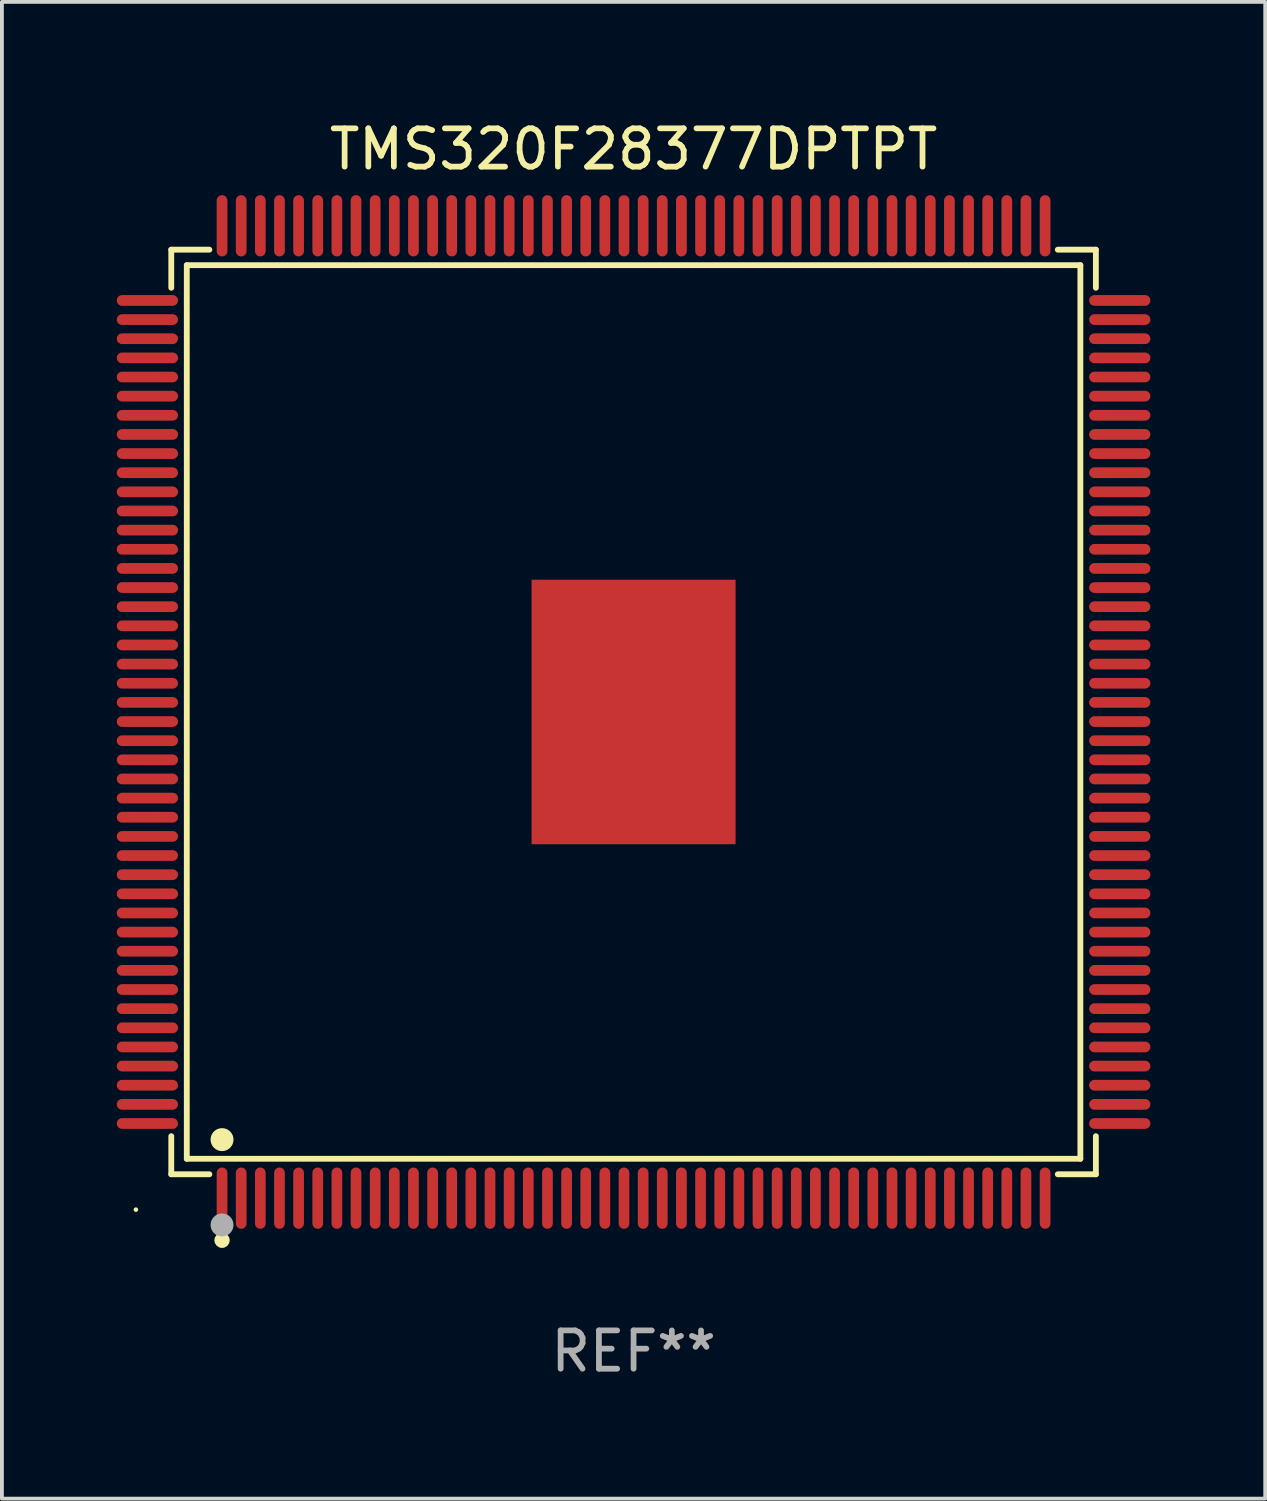
<source format=kicad_pcb>
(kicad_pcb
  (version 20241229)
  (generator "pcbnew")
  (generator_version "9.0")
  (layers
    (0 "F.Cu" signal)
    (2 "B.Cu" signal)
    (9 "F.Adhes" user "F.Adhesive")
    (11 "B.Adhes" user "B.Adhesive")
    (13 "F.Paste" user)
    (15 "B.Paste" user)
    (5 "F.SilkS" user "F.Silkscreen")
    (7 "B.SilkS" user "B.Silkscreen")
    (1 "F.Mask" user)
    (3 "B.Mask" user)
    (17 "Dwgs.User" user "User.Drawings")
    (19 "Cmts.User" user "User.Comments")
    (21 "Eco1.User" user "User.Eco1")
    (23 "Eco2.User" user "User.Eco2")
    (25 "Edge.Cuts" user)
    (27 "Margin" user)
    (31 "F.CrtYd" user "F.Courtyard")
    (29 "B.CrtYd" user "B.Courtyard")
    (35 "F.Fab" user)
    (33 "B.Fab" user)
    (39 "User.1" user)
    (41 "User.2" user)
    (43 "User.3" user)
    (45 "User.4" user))
  (footprint "TMS320F28377DPTPT"
    (layer "F.Cu")
    (at 13.5 15.548)
    (property "Reference" "TMS320F28377DPTPT" (at 0 -14.7 0) (layer "F.SilkS") (effects (font (size 1 1) (thickness 0.15))))
    (attr through_hole)
    (fp_line (start -12.076 -12.076) (end -11.081 -12.076) (stroke (width 0.152) (type solid)) (layer "F.SilkS"))
    (fp_line (start -12.076 -11.081) (end -12.076 -12.076) (stroke (width 0.152) (type solid)) (layer "F.SilkS"))
    (fp_line (start -12.076 11.081) (end -12.076 12.076) (stroke (width 0.152) (type solid)) (layer "F.SilkS"))
    (fp_line (start -12.076 12.076) (end -11.081 12.076) (stroke (width 0.152) (type solid)) (layer "F.SilkS"))
    (fp_line (start -11.671 -11.671) (end 11.671 -11.671) (stroke (width 0.152) (type solid)) (layer "F.SilkS"))
    (fp_line (start -11.671 11.671) (end -11.671 -11.671) (stroke (width 0.152) (type solid)) (layer "F.SilkS"))
    (fp_line (start 11.671 -11.671) (end 11.671 11.671) (stroke (width 0.152) (type solid)) (layer "F.SilkS"))
    (fp_line (start 11.671 11.671) (end -11.671 11.671) (stroke (width 0.152) (type solid)) (layer "F.SilkS"))
    (fp_line (start 12.076 -12.076) (end 11.081 -12.076) (stroke (width 0.152) (type solid)) (layer "F.SilkS"))
    (fp_line (start 12.076 -11.081) (end 12.076 -12.076) (stroke (width 0.152) (type solid)) (layer "F.SilkS"))
    (fp_line (start 12.076 11.081) (end 12.076 12.076) (stroke (width 0.152) (type solid)) (layer "F.SilkS"))
    (fp_line (start 12.076 12.076) (end 11.081 12.076) (stroke (width 0.152) (type solid)) (layer "F.SilkS"))
    (fp_circle (center -13 13) (end -12.97 13) (stroke (width 0.06) (type solid)) (fill no) (layer "F.SilkS"))
    (fp_circle (center -10.75 11.171) (end -10.6 11.171) (stroke (width 0.3) (type solid)) (fill no) (layer "F.SilkS"))
    (fp_circle (center -10.75 13.8) (end -10.65 13.8) (stroke (width 0.2) (type solid)) (fill no) (layer "F.SilkS"))
    (fp_circle (center -10.75 13.4) (end -10.6 13.4) (stroke (width 0.3) (type solid)) (fill no) (layer "F.Fab"))
    (fp_text user "REF**" (at 0 16.7 0) (layer "F.Fab") (effects (font (size 1 1) (thickness 0.15))))
    (pad "1" smd oval (at -10.75 12.7) (size 0.28 1.6) (layers "F.Cu" "F.Mask" "F.Paste"))
    (pad "2" smd oval (at -10.25 12.7) (size 0.28 1.6) (layers "F.Cu" "F.Mask" "F.Paste"))
    (pad "3" smd oval (at -9.75 12.7) (size 0.28 1.6) (layers "F.Cu" "F.Mask" "F.Paste"))
    (pad "4" smd oval (at -9.25 12.7) (size 0.28 1.6) (layers "F.Cu" "F.Mask" "F.Paste"))
    (pad "5" smd oval (at -8.75 12.7) (size 0.28 1.6) (layers "F.Cu" "F.Mask" "F.Paste"))
    (pad "6" smd oval (at -8.25 12.7) (size 0.28 1.6) (layers "F.Cu" "F.Mask" "F.Paste"))
    (pad "7" smd oval (at -7.75 12.7) (size 0.28 1.6) (layers "F.Cu" "F.Mask" "F.Paste"))
    (pad "8" smd oval (at -7.25 12.7) (size 0.28 1.6) (layers "F.Cu" "F.Mask" "F.Paste"))
    (pad "9" smd oval (at -6.75 12.7) (size 0.28 1.6) (layers "F.Cu" "F.Mask" "F.Paste"))
    (pad "10" smd oval (at -6.25 12.7) (size 0.28 1.6) (layers "F.Cu" "F.Mask" "F.Paste"))
    (pad "11" smd oval (at -5.75 12.7) (size 0.28 1.6) (layers "F.Cu" "F.Mask" "F.Paste"))
    (pad "12" smd oval (at -5.25 12.7) (size 0.28 1.6) (layers "F.Cu" "F.Mask" "F.Paste"))
    (pad "13" smd oval (at -4.75 12.7) (size 0.28 1.6) (layers "F.Cu" "F.Mask" "F.Paste"))
    (pad "14" smd oval (at -4.25 12.7) (size 0.28 1.6) (layers "F.Cu" "F.Mask" "F.Paste"))
    (pad "15" smd oval (at -3.75 12.7) (size 0.28 1.6) (layers "F.Cu" "F.Mask" "F.Paste"))
    (pad "16" smd oval (at -3.25 12.7) (size 0.28 1.6) (layers "F.Cu" "F.Mask" "F.Paste"))
    (pad "17" smd oval (at -2.75 12.7) (size 0.28 1.6) (layers "F.Cu" "F.Mask" "F.Paste"))
    (pad "18" smd oval (at -2.25 12.7) (size 0.28 1.6) (layers "F.Cu" "F.Mask" "F.Paste"))
    (pad "19" smd oval (at -1.75 12.7) (size 0.28 1.6) (layers "F.Cu" "F.Mask" "F.Paste"))
    (pad "20" smd oval (at -1.25 12.7) (size 0.28 1.6) (layers "F.Cu" "F.Mask" "F.Paste"))
    (pad "21" smd oval (at -0.75 12.7) (size 0.28 1.6) (layers "F.Cu" "F.Mask" "F.Paste"))
    (pad "22" smd oval (at -0.25 12.7) (size 0.28 1.6) (layers "F.Cu" "F.Mask" "F.Paste"))
    (pad "23" smd oval (at 0.25 12.7) (size 0.28 1.6) (layers "F.Cu" "F.Mask" "F.Paste"))
    (pad "24" smd oval (at 0.75 12.7) (size 0.28 1.6) (layers "F.Cu" "F.Mask" "F.Paste"))
    (pad "25" smd oval (at 1.25 12.7) (size 0.28 1.6) (layers "F.Cu" "F.Mask" "F.Paste"))
    (pad "26" smd oval (at 1.75 12.7) (size 0.28 1.6) (layers "F.Cu" "F.Mask" "F.Paste"))
    (pad "27" smd oval (at 2.25 12.7) (size 0.28 1.6) (layers "F.Cu" "F.Mask" "F.Paste"))
    (pad "28" smd oval (at 2.75 12.7) (size 0.28 1.6) (layers "F.Cu" "F.Mask" "F.Paste"))
    (pad "29" smd oval (at 3.25 12.7) (size 0.28 1.6) (layers "F.Cu" "F.Mask" "F.Paste"))
    (pad "30" smd oval (at 3.75 12.7) (size 0.28 1.6) (layers "F.Cu" "F.Mask" "F.Paste"))
    (pad "31" smd oval (at 4.25 12.7) (size 0.28 1.6) (layers "F.Cu" "F.Mask" "F.Paste"))
    (pad "32" smd oval (at 4.75 12.7) (size 0.28 1.6) (layers "F.Cu" "F.Mask" "F.Paste"))
    (pad "33" smd oval (at 5.25 12.7) (size 0.28 1.6) (layers "F.Cu" "F.Mask" "F.Paste"))
    (pad "34" smd oval (at 5.75 12.7) (size 0.28 1.6) (layers "F.Cu" "F.Mask" "F.Paste"))
    (pad "35" smd oval (at 6.25 12.7) (size 0.28 1.6) (layers "F.Cu" "F.Mask" "F.Paste"))
    (pad "36" smd oval (at 6.75 12.7) (size 0.28 1.6) (layers "F.Cu" "F.Mask" "F.Paste"))
    (pad "37" smd oval (at 7.25 12.7) (size 0.28 1.6) (layers "F.Cu" "F.Mask" "F.Paste"))
    (pad "38" smd oval (at 7.75 12.7) (size 0.28 1.6) (layers "F.Cu" "F.Mask" "F.Paste"))
    (pad "39" smd oval (at 8.25 12.7) (size 0.28 1.6) (layers "F.Cu" "F.Mask" "F.Paste"))
    (pad "40" smd oval (at 8.75 12.7) (size 0.28 1.6) (layers "F.Cu" "F.Mask" "F.Paste"))
    (pad "41" smd oval (at 9.25 12.7) (size 0.28 1.6) (layers "F.Cu" "F.Mask" "F.Paste"))
    (pad "42" smd oval (at 9.75 12.7) (size 0.28 1.6) (layers "F.Cu" "F.Mask" "F.Paste"))
    (pad "43" smd oval (at 10.25 12.7) (size 0.28 1.6) (layers "F.Cu" "F.Mask" "F.Paste"))
    (pad "44" smd oval (at 10.75 12.7) (size 0.28 1.6) (layers "F.Cu" "F.Mask" "F.Paste"))
    (pad "45" smd oval (at 12.7 10.75) (size 1.6 0.28) (layers "F.Cu" "F.Mask" "F.Paste"))
    (pad "46" smd oval (at 12.7 10.25) (size 1.6 0.28) (layers "F.Cu" "F.Mask" "F.Paste"))
    (pad "47" smd oval (at 12.7 9.75) (size 1.6 0.28) (layers "F.Cu" "F.Mask" "F.Paste"))
    (pad "48" smd oval (at 12.7 9.25) (size 1.6 0.28) (layers "F.Cu" "F.Mask" "F.Paste"))
    (pad "49" smd oval (at 12.7 8.75) (size 1.6 0.28) (layers "F.Cu" "F.Mask" "F.Paste"))
    (pad "50" smd oval (at 12.7 8.25) (size 1.6 0.28) (layers "F.Cu" "F.Mask" "F.Paste"))
    (pad "51" smd oval (at 12.7 7.75) (size 1.6 0.28) (layers "F.Cu" "F.Mask" "F.Paste"))
    (pad "52" smd oval (at 12.7 7.25) (size 1.6 0.28) (layers "F.Cu" "F.Mask" "F.Paste"))
    (pad "53" smd oval (at 12.7 6.75) (size 1.6 0.28) (layers "F.Cu" "F.Mask" "F.Paste"))
    (pad "54" smd oval (at 12.7 6.25) (size 1.6 0.28) (layers "F.Cu" "F.Mask" "F.Paste"))
    (pad "55" smd oval (at 12.7 5.75) (size 1.6 0.28) (layers "F.Cu" "F.Mask" "F.Paste"))
    (pad "56" smd oval (at 12.7 5.25) (size 1.6 0.28) (layers "F.Cu" "F.Mask" "F.Paste"))
    (pad "57" smd oval (at 12.7 4.75) (size 1.6 0.28) (layers "F.Cu" "F.Mask" "F.Paste"))
    (pad "58" smd oval (at 12.7 4.25) (size 1.6 0.28) (layers "F.Cu" "F.Mask" "F.Paste"))
    (pad "59" smd oval (at 12.7 3.75) (size 1.6 0.28) (layers "F.Cu" "F.Mask" "F.Paste"))
    (pad "60" smd oval (at 12.7 3.25) (size 1.6 0.28) (layers "F.Cu" "F.Mask" "F.Paste"))
    (pad "61" smd oval (at 12.7 2.75) (size 1.6 0.28) (layers "F.Cu" "F.Mask" "F.Paste"))
    (pad "62" smd oval (at 12.7 2.25) (size 1.6 0.28) (layers "F.Cu" "F.Mask" "F.Paste"))
    (pad "63" smd oval (at 12.7 1.75) (size 1.6 0.28) (layers "F.Cu" "F.Mask" "F.Paste"))
    (pad "64" smd oval (at 12.7 1.25) (size 1.6 0.28) (layers "F.Cu" "F.Mask" "F.Paste"))
    (pad "65" smd oval (at 12.7 0.75) (size 1.6 0.28) (layers "F.Cu" "F.Mask" "F.Paste"))
    (pad "66" smd oval (at 12.7 0.25) (size 1.6 0.28) (layers "F.Cu" "F.Mask" "F.Paste"))
    (pad "67" smd oval (at 12.7 -0.25) (size 1.6 0.28) (layers "F.Cu" "F.Mask" "F.Paste"))
    (pad "68" smd oval (at 12.7 -0.75) (size 1.6 0.28) (layers "F.Cu" "F.Mask" "F.Paste"))
    (pad "69" smd oval (at 12.7 -1.25) (size 1.6 0.28) (layers "F.Cu" "F.Mask" "F.Paste"))
    (pad "70" smd oval (at 12.7 -1.75) (size 1.6 0.28) (layers "F.Cu" "F.Mask" "F.Paste"))
    (pad "71" smd oval (at 12.7 -2.25) (size 1.6 0.28) (layers "F.Cu" "F.Mask" "F.Paste"))
    (pad "72" smd oval (at 12.7 -2.75) (size 1.6 0.28) (layers "F.Cu" "F.Mask" "F.Paste"))
    (pad "73" smd oval (at 12.7 -3.25) (size 1.6 0.28) (layers "F.Cu" "F.Mask" "F.Paste"))
    (pad "74" smd oval (at 12.7 -3.75) (size 1.6 0.28) (layers "F.Cu" "F.Mask" "F.Paste"))
    (pad "75" smd oval (at 12.7 -4.25) (size 1.6 0.28) (layers "F.Cu" "F.Mask" "F.Paste"))
    (pad "76" smd oval (at 12.7 -4.75) (size 1.6 0.28) (layers "F.Cu" "F.Mask" "F.Paste"))
    (pad "77" smd oval (at 12.7 -5.25) (size 1.6 0.28) (layers "F.Cu" "F.Mask" "F.Paste"))
    (pad "78" smd oval (at 12.7 -5.75) (size 1.6 0.28) (layers "F.Cu" "F.Mask" "F.Paste"))
    (pad "79" smd oval (at 12.7 -6.25) (size 1.6 0.28) (layers "F.Cu" "F.Mask" "F.Paste"))
    (pad "80" smd oval (at 12.7 -6.75) (size 1.6 0.28) (layers "F.Cu" "F.Mask" "F.Paste"))
    (pad "81" smd oval (at 12.7 -7.25) (size 1.6 0.28) (layers "F.Cu" "F.Mask" "F.Paste"))
    (pad "82" smd oval (at 12.7 -7.75) (size 1.6 0.28) (layers "F.Cu" "F.Mask" "F.Paste"))
    (pad "83" smd oval (at 12.7 -8.25) (size 1.6 0.28) (layers "F.Cu" "F.Mask" "F.Paste"))
    (pad "84" smd oval (at 12.7 -8.75) (size 1.6 0.28) (layers "F.Cu" "F.Mask" "F.Paste"))
    (pad "85" smd oval (at 12.7 -9.25) (size 1.6 0.28) (layers "F.Cu" "F.Mask" "F.Paste"))
    (pad "86" smd oval (at 12.7 -9.75) (size 1.6 0.28) (layers "F.Cu" "F.Mask" "F.Paste"))
    (pad "87" smd oval (at 12.7 -10.25) (size 1.6 0.28) (layers "F.Cu" "F.Mask" "F.Paste"))
    (pad "88" smd oval (at 12.7 -10.75) (size 1.6 0.28) (layers "F.Cu" "F.Mask" "F.Paste"))
    (pad "89" smd oval (at 10.75 -12.7) (size 0.28 1.6) (layers "F.Cu" "F.Mask" "F.Paste"))
    (pad "90" smd oval (at 10.25 -12.7) (size 0.28 1.6) (layers "F.Cu" "F.Mask" "F.Paste"))
    (pad "91" smd oval (at 9.75 -12.7) (size 0.28 1.6) (layers "F.Cu" "F.Mask" "F.Paste"))
    (pad "92" smd oval (at 9.25 -12.7) (size 0.28 1.6) (layers "F.Cu" "F.Mask" "F.Paste"))
    (pad "93" smd oval (at 8.75 -12.7) (size 0.28 1.6) (layers "F.Cu" "F.Mask" "F.Paste"))
    (pad "94" smd oval (at 8.25 -12.7) (size 0.28 1.6) (layers "F.Cu" "F.Mask" "F.Paste"))
    (pad "95" smd oval (at 7.75 -12.7) (size 0.28 1.6) (layers "F.Cu" "F.Mask" "F.Paste"))
    (pad "96" smd oval (at 7.25 -12.7) (size 0.28 1.6) (layers "F.Cu" "F.Mask" "F.Paste"))
    (pad "97" smd oval (at 6.75 -12.7) (size 0.28 1.6) (layers "F.Cu" "F.Mask" "F.Paste"))
    (pad "98" smd oval (at 6.25 -12.7) (size 0.28 1.6) (layers "F.Cu" "F.Mask" "F.Paste"))
    (pad "99" smd oval (at 5.75 -12.7) (size 0.28 1.6) (layers "F.Cu" "F.Mask" "F.Paste"))
    (pad "100" smd oval (at 5.25 -12.7) (size 0.28 1.6) (layers "F.Cu" "F.Mask" "F.Paste"))
    (pad "101" smd oval (at 4.75 -12.7) (size 0.28 1.6) (layers "F.Cu" "F.Mask" "F.Paste"))
    (pad "102" smd oval (at 4.25 -12.7) (size 0.28 1.6) (layers "F.Cu" "F.Mask" "F.Paste"))
    (pad "103" smd oval (at 3.75 -12.7) (size 0.28 1.6) (layers "F.Cu" "F.Mask" "F.Paste"))
    (pad "104" smd oval (at 3.25 -12.7) (size 0.28 1.6) (layers "F.Cu" "F.Mask" "F.Paste"))
    (pad "105" smd oval (at 2.75 -12.7) (size 0.28 1.6) (layers "F.Cu" "F.Mask" "F.Paste"))
    (pad "106" smd oval (at 2.25 -12.7) (size 0.28 1.6) (layers "F.Cu" "F.Mask" "F.Paste"))
    (pad "107" smd oval (at 1.75 -12.7) (size 0.28 1.6) (layers "F.Cu" "F.Mask" "F.Paste"))
    (pad "108" smd oval (at 1.25 -12.7) (size 0.28 1.6) (layers "F.Cu" "F.Mask" "F.Paste"))
    (pad "109" smd oval (at 0.75 -12.7) (size 0.28 1.6) (layers "F.Cu" "F.Mask" "F.Paste"))
    (pad "110" smd oval (at 0.25 -12.7) (size 0.28 1.6) (layers "F.Cu" "F.Mask" "F.Paste"))
    (pad "111" smd oval (at -0.25 -12.7) (size 0.28 1.6) (layers "F.Cu" "F.Mask" "F.Paste"))
    (pad "112" smd oval (at -0.75 -12.7) (size 0.28 1.6) (layers "F.Cu" "F.Mask" "F.Paste"))
    (pad "113" smd oval (at -1.25 -12.7) (size 0.28 1.6) (layers "F.Cu" "F.Mask" "F.Paste"))
    (pad "114" smd oval (at -1.75 -12.7) (size 0.28 1.6) (layers "F.Cu" "F.Mask" "F.Paste"))
    (pad "115" smd oval (at -2.25 -12.7) (size 0.28 1.6) (layers "F.Cu" "F.Mask" "F.Paste"))
    (pad "116" smd oval (at -2.75 -12.7) (size 0.28 1.6) (layers "F.Cu" "F.Mask" "F.Paste"))
    (pad "117" smd oval (at -3.25 -12.7) (size 0.28 1.6) (layers "F.Cu" "F.Mask" "F.Paste"))
    (pad "118" smd oval (at -3.75 -12.7) (size 0.28 1.6) (layers "F.Cu" "F.Mask" "F.Paste"))
    (pad "119" smd oval (at -4.25 -12.7) (size 0.28 1.6) (layers "F.Cu" "F.Mask" "F.Paste"))
    (pad "120" smd oval (at -4.75 -12.7) (size 0.28 1.6) (layers "F.Cu" "F.Mask" "F.Paste"))
    (pad "121" smd oval (at -5.25 -12.7) (size 0.28 1.6) (layers "F.Cu" "F.Mask" "F.Paste"))
    (pad "122" smd oval (at -5.75 -12.7) (size 0.28 1.6) (layers "F.Cu" "F.Mask" "F.Paste"))
    (pad "123" smd oval (at -6.25 -12.7) (size 0.28 1.6) (layers "F.Cu" "F.Mask" "F.Paste"))
    (pad "124" smd oval (at -6.75 -12.7) (size 0.28 1.6) (layers "F.Cu" "F.Mask" "F.Paste"))
    (pad "125" smd oval (at -7.25 -12.7) (size 0.28 1.6) (layers "F.Cu" "F.Mask" "F.Paste"))
    (pad "126" smd oval (at -7.75 -12.7) (size 0.28 1.6) (layers "F.Cu" "F.Mask" "F.Paste"))
    (pad "127" smd oval (at -8.25 -12.7) (size 0.28 1.6) (layers "F.Cu" "F.Mask" "F.Paste"))
    (pad "128" smd oval (at -8.75 -12.7) (size 0.28 1.6) (layers "F.Cu" "F.Mask" "F.Paste"))
    (pad "129" smd oval (at -9.25 -12.7) (size 0.28 1.6) (layers "F.Cu" "F.Mask" "F.Paste"))
    (pad "130" smd oval (at -9.75 -12.7) (size 0.28 1.6) (layers "F.Cu" "F.Mask" "F.Paste"))
    (pad "131" smd oval (at -10.25 -12.7) (size 0.28 1.6) (layers "F.Cu" "F.Mask" "F.Paste"))
    (pad "132" smd oval (at -10.75 -12.7) (size 0.28 1.6) (layers "F.Cu" "F.Mask" "F.Paste"))
    (pad "133" smd oval (at -12.7 -10.75) (size 1.6 0.28) (layers "F.Cu" "F.Mask" "F.Paste"))
    (pad "134" smd oval (at -12.7 -10.25) (size 1.6 0.28) (layers "F.Cu" "F.Mask" "F.Paste"))
    (pad "135" smd oval (at -12.7 -9.75) (size 1.6 0.28) (layers "F.Cu" "F.Mask" "F.Paste"))
    (pad "136" smd oval (at -12.7 -9.25) (size 1.6 0.28) (layers "F.Cu" "F.Mask" "F.Paste"))
    (pad "137" smd oval (at -12.7 -8.75) (size 1.6 0.28) (layers "F.Cu" "F.Mask" "F.Paste"))
    (pad "138" smd oval (at -12.7 -8.25) (size 1.6 0.28) (layers "F.Cu" "F.Mask" "F.Paste"))
    (pad "139" smd oval (at -12.7 -7.75) (size 1.6 0.28) (layers "F.Cu" "F.Mask" "F.Paste"))
    (pad "140" smd oval (at -12.7 -7.25) (size 1.6 0.28) (layers "F.Cu" "F.Mask" "F.Paste"))
    (pad "141" smd oval (at -12.7 -6.75) (size 1.6 0.28) (layers "F.Cu" "F.Mask" "F.Paste"))
    (pad "142" smd oval (at -12.7 -6.25) (size 1.6 0.28) (layers "F.Cu" "F.Mask" "F.Paste"))
    (pad "143" smd oval (at -12.7 -5.75) (size 1.6 0.28) (layers "F.Cu" "F.Mask" "F.Paste"))
    (pad "144" smd oval (at -12.7 -5.25) (size 1.6 0.28) (layers "F.Cu" "F.Mask" "F.Paste"))
    (pad "145" smd oval (at -12.7 -4.75) (size 1.6 0.28) (layers "F.Cu" "F.Mask" "F.Paste"))
    (pad "146" smd oval (at -12.7 -4.25) (size 1.6 0.28) (layers "F.Cu" "F.Mask" "F.Paste"))
    (pad "147" smd oval (at -12.7 -3.75) (size 1.6 0.28) (layers "F.Cu" "F.Mask" "F.Paste"))
    (pad "148" smd oval (at -12.7 -3.25) (size 1.6 0.28) (layers "F.Cu" "F.Mask" "F.Paste"))
    (pad "149" smd oval (at -12.7 -2.75) (size 1.6 0.28) (layers "F.Cu" "F.Mask" "F.Paste"))
    (pad "150" smd oval (at -12.7 -2.25) (size 1.6 0.28) (layers "F.Cu" "F.Mask" "F.Paste"))
    (pad "151" smd oval (at -12.7 -1.75) (size 1.6 0.28) (layers "F.Cu" "F.Mask" "F.Paste"))
    (pad "152" smd oval (at -12.7 -1.25) (size 1.6 0.28) (layers "F.Cu" "F.Mask" "F.Paste"))
    (pad "153" smd oval (at -12.7 -0.75) (size 1.6 0.28) (layers "F.Cu" "F.Mask" "F.Paste"))
    (pad "154" smd oval (at -12.7 -0.25) (size 1.6 0.28) (layers "F.Cu" "F.Mask" "F.Paste"))
    (pad "155" smd oval (at -12.7 0.25) (size 1.6 0.28) (layers "F.Cu" "F.Mask" "F.Paste"))
    (pad "156" smd oval (at -12.7 0.75) (size 1.6 0.28) (layers "F.Cu" "F.Mask" "F.Paste"))
    (pad "157" smd oval (at -12.7 1.25) (size 1.6 0.28) (layers "F.Cu" "F.Mask" "F.Paste"))
    (pad "158" smd oval (at -12.7 1.75) (size 1.6 0.28) (layers "F.Cu" "F.Mask" "F.Paste"))
    (pad "159" smd oval (at -12.7 2.25) (size 1.6 0.28) (layers "F.Cu" "F.Mask" "F.Paste"))
    (pad "160" smd oval (at -12.7 2.75) (size 1.6 0.28) (layers "F.Cu" "F.Mask" "F.Paste"))
    (pad "161" smd oval (at -12.7 3.25) (size 1.6 0.28) (layers "F.Cu" "F.Mask" "F.Paste"))
    (pad "162" smd oval (at -12.7 3.75) (size 1.6 0.28) (layers "F.Cu" "F.Mask" "F.Paste"))
    (pad "163" smd oval (at -12.7 4.25) (size 1.6 0.28) (layers "F.Cu" "F.Mask" "F.Paste"))
    (pad "164" smd oval (at -12.7 4.75) (size 1.6 0.28) (layers "F.Cu" "F.Mask" "F.Paste"))
    (pad "165" smd oval (at -12.7 5.25) (size 1.6 0.28) (layers "F.Cu" "F.Mask" "F.Paste"))
    (pad "166" smd oval (at -12.7 5.75) (size 1.6 0.28) (layers "F.Cu" "F.Mask" "F.Paste"))
    (pad "167" smd oval (at -12.7 6.25) (size 1.6 0.28) (layers "F.Cu" "F.Mask" "F.Paste"))
    (pad "168" smd oval (at -12.7 6.75) (size 1.6 0.28) (layers "F.Cu" "F.Mask" "F.Paste"))
    (pad "169" smd oval (at -12.7 7.25) (size 1.6 0.28) (layers "F.Cu" "F.Mask" "F.Paste"))
    (pad "170" smd oval (at -12.7 7.75) (size 1.6 0.28) (layers "F.Cu" "F.Mask" "F.Paste"))
    (pad "171" smd oval (at -12.7 8.25) (size 1.6 0.28) (layers "F.Cu" "F.Mask" "F.Paste"))
    (pad "172" smd oval (at -12.7 8.75) (size 1.6 0.28) (layers "F.Cu" "F.Mask" "F.Paste"))
    (pad "173" smd oval (at -12.7 9.25) (size 1.6 0.28) (layers "F.Cu" "F.Mask" "F.Paste"))
    (pad "174" smd oval (at -12.7 9.75) (size 1.6 0.28) (layers "F.Cu" "F.Mask" "F.Paste"))
    (pad "175" smd oval (at -12.7 10.25) (size 1.6 0.28) (layers "F.Cu" "F.Mask" "F.Paste"))
    (pad "176" smd oval (at -12.7 10.75) (size 1.6 0.28) (layers "F.Cu" "F.Mask" "F.Paste"))
    (pad "177" smd rect (at 0 0) (size 5.33 6.91) (layers "F.Cu" "F.Mask" "F.Paste")))
  (gr_rect
    (start -3 -3)
    (end 30 36.097)
    (stroke (width 0.1) (type default))
    (fill no)
    (layer "Edge.Cuts")))
</source>
